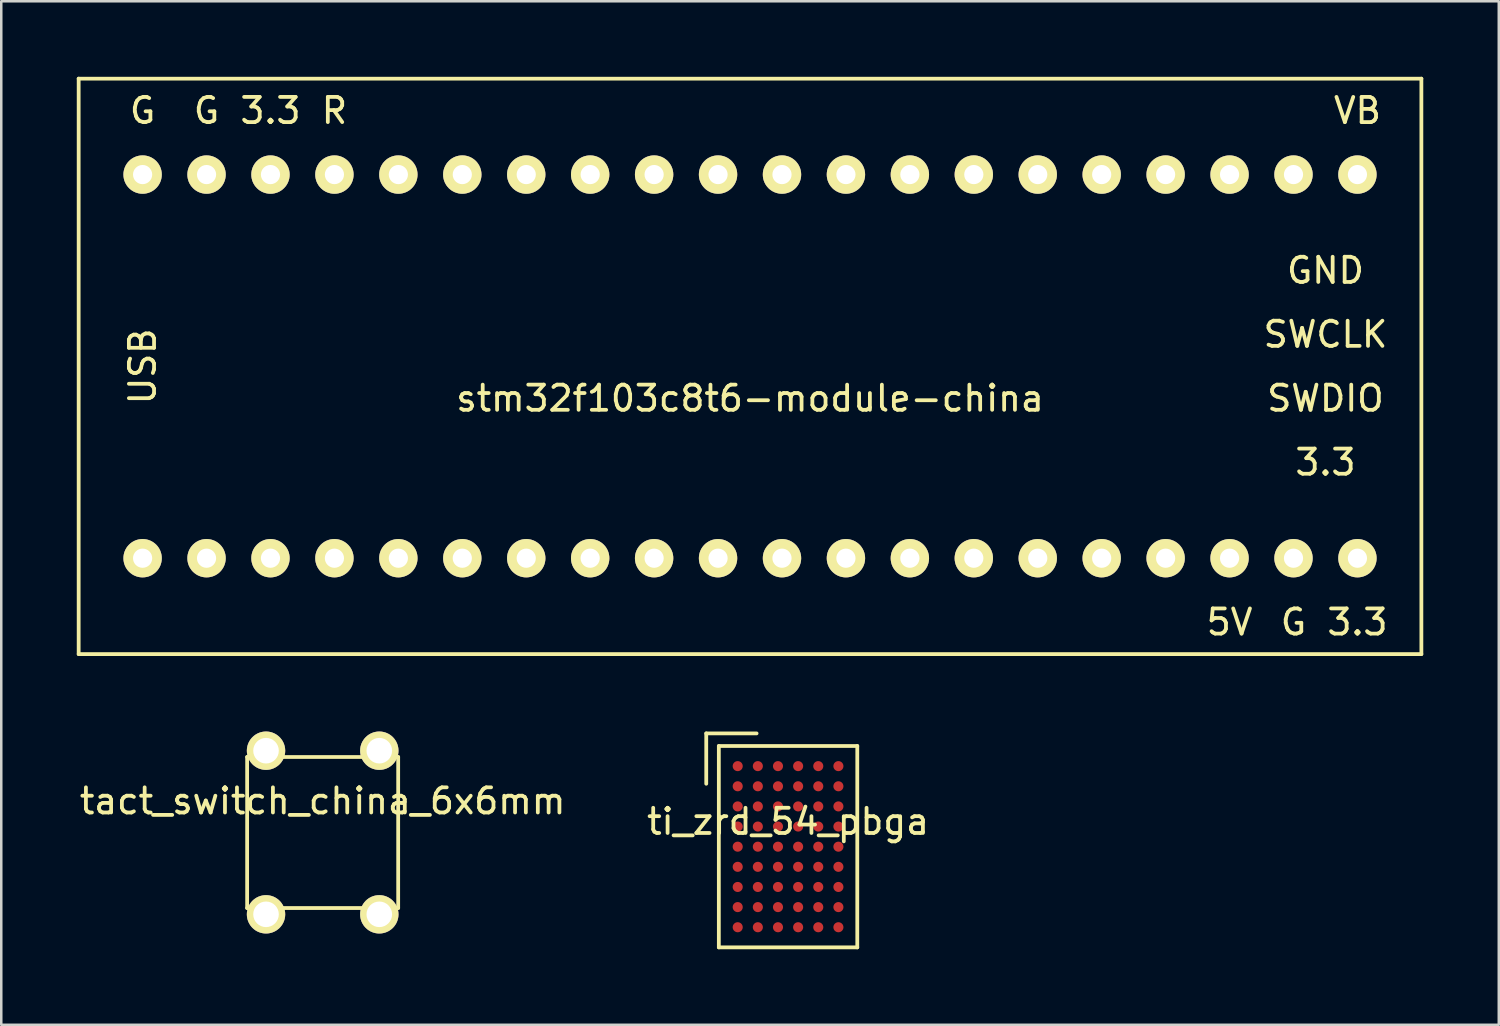
<source format=kicad_pcb>
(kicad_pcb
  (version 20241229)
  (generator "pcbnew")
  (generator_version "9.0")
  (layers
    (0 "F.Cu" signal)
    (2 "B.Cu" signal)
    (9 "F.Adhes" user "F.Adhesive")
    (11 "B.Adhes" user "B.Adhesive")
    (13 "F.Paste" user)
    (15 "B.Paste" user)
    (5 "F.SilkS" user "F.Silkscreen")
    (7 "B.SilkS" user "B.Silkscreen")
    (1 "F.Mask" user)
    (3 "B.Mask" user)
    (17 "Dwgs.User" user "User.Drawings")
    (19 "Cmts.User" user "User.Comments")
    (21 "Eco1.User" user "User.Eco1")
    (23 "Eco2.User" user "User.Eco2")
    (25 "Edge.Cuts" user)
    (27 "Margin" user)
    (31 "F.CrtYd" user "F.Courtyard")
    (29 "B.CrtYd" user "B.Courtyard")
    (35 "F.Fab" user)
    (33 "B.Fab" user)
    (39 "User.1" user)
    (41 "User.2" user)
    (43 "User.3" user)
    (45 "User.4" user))
  (footprint "tact_switch_china_6x6mm"
    (layer "F.Cu")
    (at 9.768 30.022)
    (property "Reference" "tact_switch_china_6x6mm" (at 0 -1.25 0) (layer "F.SilkS") (effects (font (size 1 1) (thickness 0.15))))
    (attr through_hole)
    (fp_line (start -3 -3) (end 3 -3) (stroke (width 0.15) (type solid)) (layer "F.SilkS"))
    (fp_line (start -3 3) (end -3 -3) (stroke (width 0.15) (type solid)) (layer "F.SilkS"))
    (fp_line (start 3 -3) (end 3 3) (stroke (width 0.15) (type solid)) (layer "F.SilkS"))
    (fp_line (start 3 3) (end -3 3) (stroke (width 0.15) (type solid)) (layer "F.SilkS"))
    (pad "1" thru_hole circle (at -2.25 -3.25) (size 1.524 1.524) (drill 1.016) (layers "*.Cu" "*.Mask" "F.SilkS"))
    (pad "2" thru_hole circle (at 2.25 -3.25) (size 1.524 1.524) (drill 1.016) (layers "*.Cu" "*.Mask" "F.SilkS"))
    (pad "11" thru_hole circle (at -2.25 3.25) (size 1.524 1.524) (drill 1.016) (layers "*.Cu" "*.Mask" "F.SilkS"))
    (pad "22" thru_hole circle (at 2.25 3.25) (size 1.524 1.524) (drill 1.016) (layers "*.Cu" "*.Mask" "F.SilkS")))
  (footprint "ti_zrd_54_pbga"
    (layer "F.Cu")
    (at 28.256 30.585)
    (property "Reference" "ti_zrd_54_pbga" (at 0 -1 0) (layer "F.SilkS") (effects (font (size 1 1) (thickness 0.15))))
    (attr through_hole)
    (fp_line (start -3.25 -4.5) (end -3.25 -2.5) (stroke (width 0.15) (type solid)) (layer "F.SilkS"))
    (fp_line (start -3.25 -4.5) (end -1.25 -4.5) (stroke (width 0.15) (type solid)) (layer "F.SilkS"))
    (fp_line (start -2.75 -4) (end -2.75 4) (stroke (width 0.15) (type solid)) (layer "F.SilkS"))
    (fp_line (start -2.75 4) (end 2.75 4) (stroke (width 0.15) (type solid)) (layer "F.SilkS"))
    (fp_line (start 2.75 -4) (end -2.75 -4) (stroke (width 0.15) (type solid)) (layer "F.SilkS"))
    (fp_line (start 2.75 4) (end 2.75 -4) (stroke (width 0.15) (type solid)) (layer "F.SilkS"))
    (pad "A1" smd circle (at -2 -3.2) (size 0.4 0.4) (layers "F.Cu" "F.Mask" "F.Paste"))
    (pad "A2" smd circle (at -1.2 -3.2) (size 0.4 0.4) (layers "F.Cu" "F.Mask" "F.Paste"))
    (pad "A3" smd circle (at -0.4 -3.2) (size 0.4 0.4) (layers "F.Cu" "F.Mask" "F.Paste"))
    (pad "A4" smd circle (at 0.4 -3.2) (size 0.4 0.4) (layers "F.Cu" "F.Mask" "F.Paste"))
    (pad "A5" smd circle (at 1.2 -3.2) (size 0.4 0.4) (layers "F.Cu" "F.Mask" "F.Paste"))
    (pad "A6" smd circle (at 2 -3.2) (size 0.4 0.4) (layers "F.Cu" "F.Mask" "F.Paste"))
    (pad "B1" smd circle (at -2 -2.4) (size 0.4 0.4) (layers "F.Cu" "F.Mask" "F.Paste"))
    (pad "B2" smd circle (at -1.2 -2.4) (size 0.4 0.4) (layers "F.Cu" "F.Mask" "F.Paste"))
    (pad "B3" smd circle (at -0.4 -2.4) (size 0.4 0.4) (layers "F.Cu" "F.Mask" "F.Paste"))
    (pad "B4" smd circle (at 0.4 -2.4) (size 0.4 0.4) (layers "F.Cu" "F.Mask" "F.Paste"))
    (pad "B5" smd circle (at 1.2 -2.4) (size 0.4 0.4) (layers "F.Cu" "F.Mask" "F.Paste"))
    (pad "B6" smd circle (at 2 -2.4) (size 0.4 0.4) (layers "F.Cu" "F.Mask" "F.Paste"))
    (pad "C1" smd circle (at -2 -1.6) (size 0.4 0.4) (layers "F.Cu" "F.Mask" "F.Paste"))
    (pad "C2" smd circle (at -1.2 -1.6) (size 0.4 0.4) (layers "F.Cu" "F.Mask" "F.Paste"))
    (pad "C3" smd circle (at -0.4 -1.6) (size 0.4 0.4) (layers "F.Cu" "F.Mask" "F.Paste"))
    (pad "C4" smd circle (at 0.4 -1.6) (size 0.4 0.4) (layers "F.Cu" "F.Mask" "F.Paste"))
    (pad "C5" smd circle (at 1.2 -1.6) (size 0.4 0.4) (layers "F.Cu" "F.Mask" "F.Paste"))
    (pad "C6" smd circle (at 2 -1.6) (size 0.4 0.4) (layers "F.Cu" "F.Mask" "F.Paste"))
    (pad "D1" smd circle (at -2 -0.8) (size 0.4 0.4) (layers "F.Cu" "F.Mask" "F.Paste"))
    (pad "D2" smd circle (at -1.2 -0.8) (size 0.4 0.4) (layers "F.Cu" "F.Mask" "F.Paste"))
    (pad "D3" smd circle (at -0.4 -0.8) (size 0.4 0.4) (layers "F.Cu" "F.Mask" "F.Paste"))
    (pad "D4" smd circle (at 0.4 -0.8) (size 0.4 0.4) (layers "F.Cu" "F.Mask" "F.Paste"))
    (pad "D5" smd circle (at 1.2 -0.8) (size 0.4 0.4) (layers "F.Cu" "F.Mask" "F.Paste"))
    (pad "D6" smd circle (at 2 -0.8) (size 0.4 0.4) (layers "F.Cu" "F.Mask" "F.Paste"))
    (pad "E1" smd circle (at -2 0) (size 0.4 0.4) (layers "F.Cu" "F.Mask" "F.Paste"))
    (pad "E2" smd circle (at -1.2 0) (size 0.4 0.4) (layers "F.Cu" "F.Mask" "F.Paste"))
    (pad "E3" smd circle (at -0.4 0) (size 0.4 0.4) (layers "F.Cu" "F.Mask" "F.Paste"))
    (pad "E4" smd circle (at 0.4 0) (size 0.4 0.4) (layers "F.Cu" "F.Mask" "F.Paste"))
    (pad "E5" smd circle (at 1.2 0) (size 0.4 0.4) (layers "F.Cu" "F.Mask" "F.Paste"))
    (pad "E6" smd circle (at 2 0) (size 0.4 0.4) (layers "F.Cu" "F.Mask" "F.Paste"))
    (pad "F1" smd circle (at -2 0.8) (size 0.4 0.4) (layers "F.Cu" "F.Mask" "F.Paste"))
    (pad "F2" smd circle (at -1.2 0.8) (size 0.4 0.4) (layers "F.Cu" "F.Mask" "F.Paste"))
    (pad "F3" smd circle (at -0.4 0.8) (size 0.4 0.4) (layers "F.Cu" "F.Mask" "F.Paste"))
    (pad "F4" smd circle (at 0.4 0.8) (size 0.4 0.4) (layers "F.Cu" "F.Mask" "F.Paste"))
    (pad "F5" smd circle (at 1.2 0.8) (size 0.4 0.4) (layers "F.Cu" "F.Mask" "F.Paste"))
    (pad "F6" smd circle (at 2 0.8) (size 0.4 0.4) (layers "F.Cu" "F.Mask" "F.Paste"))
    (pad "G1" smd circle (at -2 1.6) (size 0.4 0.4) (layers "F.Cu" "F.Mask" "F.Paste"))
    (pad "G2" smd circle (at -1.2 1.6) (size 0.4 0.4) (layers "F.Cu" "F.Mask" "F.Paste"))
    (pad "G3" smd circle (at -0.4 1.6) (size 0.4 0.4) (layers "F.Cu" "F.Mask" "F.Paste"))
    (pad "G4" smd circle (at 0.4 1.6) (size 0.4 0.4) (layers "F.Cu" "F.Mask" "F.Paste"))
    (pad "G5" smd circle (at 1.2 1.6) (size 0.4 0.4) (layers "F.Cu" "F.Mask" "F.Paste"))
    (pad "G6" smd circle (at 2 1.6) (size 0.4 0.4) (layers "F.Cu" "F.Mask" "F.Paste"))
    (pad "H1" smd circle (at -2 2.4) (size 0.4 0.4) (layers "F.Cu" "F.Mask" "F.Paste"))
    (pad "H2" smd circle (at -1.2 2.4) (size 0.4 0.4) (layers "F.Cu" "F.Mask" "F.Paste"))
    (pad "H3" smd circle (at -0.4 2.4) (size 0.4 0.4) (layers "F.Cu" "F.Mask" "F.Paste"))
    (pad "H4" smd circle (at 0.4 2.4) (size 0.4 0.4) (layers "F.Cu" "F.Mask" "F.Paste"))
    (pad "H5" smd circle (at 1.2 2.4) (size 0.4 0.4) (layers "F.Cu" "F.Mask" "F.Paste"))
    (pad "H6" smd circle (at 2 2.4) (size 0.4 0.4) (layers "F.Cu" "F.Mask" "F.Paste"))
    (pad "J1" smd circle (at -2 3.2) (size 0.4 0.4) (layers "F.Cu" "F.Mask" "F.Paste"))
    (pad "J2" smd circle (at -1.2 3.2) (size 0.4 0.4) (layers "F.Cu" "F.Mask" "F.Paste"))
    (pad "J3" smd circle (at -0.4 3.2) (size 0.4 0.4) (layers "F.Cu" "F.Mask" "F.Paste"))
    (pad "J4" smd circle (at 0.4 3.2) (size 0.4 0.4) (layers "F.Cu" "F.Mask" "F.Paste"))
    (pad "J5" smd circle (at 1.2 3.2) (size 0.4 0.4) (layers "F.Cu" "F.Mask" "F.Paste"))
    (pad "J6" smd circle (at 2 3.2) (size 0.4 0.4) (layers "F.Cu" "F.Mask" "F.Paste")))
  (footprint "stm32f103c8t6-module-china"
    (layer "F.Cu")
    (at 26.745 11.505)
    (property "Reference" "stm32f103c8t6-module-china" (at 0 1.27 0) (layer "F.SilkS") (effects (font (size 1 1) (thickness 0.15))))
    (attr through_hole)
    (fp_line (start -26.67 -11.43) (end -26.67 11.43) (stroke (width 0.15) (type solid)) (layer "F.SilkS"))
    (fp_line (start -26.67 11.43) (end 26.67 11.43) (stroke (width 0.15) (type solid)) (layer "F.SilkS"))
    (fp_line (start 26.67 -11.43) (end -26.67 -11.43) (stroke (width 0.15) (type solid)) (layer "F.SilkS"))
    (fp_line (start 26.67 11.43) (end 26.67 -11.43) (stroke (width 0.15) (type solid)) (layer "F.SilkS"))
    (fp_text user "G" (at 21.59 10.16 0) (layer "F.SilkS") (effects (font (size 1 1) (thickness 0.15))))
    (fp_text user "SWDIO" (at 22.86 1.27 0) (layer "F.SilkS") (effects (font (size 1 1) (thickness 0.15))))
    (fp_text user "3.3" (at 24.13 10.16 0) (layer "F.SilkS") (effects (font (size 1 1) (thickness 0.15))))
    (fp_text user "VB" (at 24.13 -10.16 0) (layer "F.SilkS") (effects (font (size 1 1) (thickness 0.15))))
    (fp_text user "GND" (at 22.86 -3.81 0) (layer "F.SilkS") (effects (font (size 1 1) (thickness 0.15))))
    (fp_text user "USB" (at -24.13 0 90) (layer "F.SilkS") (effects (font (size 1 1) (thickness 0.15))))
    (fp_text user "G" (at -21.59 -10.16 0) (layer "F.SilkS") (effects (font (size 1 1) (thickness 0.15))))
    (fp_text user "3.3" (at -19.05 -10.16 0) (layer "F.SilkS") (effects (font (size 1 1) (thickness 0.15))))
    (fp_text user "G" (at -24.13 -10.16 0) (layer "F.SilkS") (effects (font (size 1 1) (thickness 0.15))))
    (fp_text user "R" (at -16.51 -10.16 0) (layer "F.SilkS") (effects (font (size 1 1) (thickness 0.15))))
    (fp_text user "3.3" (at 22.86 3.81 0) (layer "F.SilkS") (effects (font (size 1 1) (thickness 0.15))))
    (fp_text user "5V" (at 19.05 10.16 0) (layer "F.SilkS") (effects (font (size 1 1) (thickness 0.15))))
    (fp_text user "SWCLK" (at 22.86 -1.27 0) (layer "F.SilkS") (effects (font (size 1 1) (thickness 0.15))))
    (pad "1" thru_hole circle (at -24.13 7.62) (size 1.524 1.524) (drill 0.762) (layers "*.Cu" "*.Mask" "F.SilkS"))
    (pad "2" thru_hole circle (at -21.59 7.62) (size 1.524 1.524) (drill 0.762) (layers "*.Cu" "*.Mask" "F.SilkS"))
    (pad "3" thru_hole circle (at -19.05 7.62) (size 1.524 1.524) (drill 0.762) (layers "*.Cu" "*.Mask" "F.SilkS"))
    (pad "4" thru_hole circle (at -16.51 7.62) (size 1.524 1.524) (drill 0.762) (layers "*.Cu" "*.Mask" "F.SilkS"))
    (pad "5" thru_hole circle (at -13.97 7.62) (size 1.524 1.524) (drill 0.762) (layers "*.Cu" "*.Mask" "F.SilkS"))
    (pad "6" thru_hole circle (at -11.43 7.62) (size 1.524 1.524) (drill 0.762) (layers "*.Cu" "*.Mask" "F.SilkS"))
    (pad "7" thru_hole circle (at -8.89 7.62) (size 1.524 1.524) (drill 0.762) (layers "*.Cu" "*.Mask" "F.SilkS"))
    (pad "8" thru_hole circle (at -6.35 7.62) (size 1.524 1.524) (drill 0.762) (layers "*.Cu" "*.Mask" "F.SilkS"))
    (pad "9" thru_hole circle (at -3.81 7.62) (size 1.524 1.524) (drill 0.762) (layers "*.Cu" "*.Mask" "F.SilkS"))
    (pad "10" thru_hole circle (at -1.27 7.62) (size 1.524 1.524) (drill 0.762) (layers "*.Cu" "*.Mask" "F.SilkS"))
    (pad "11" thru_hole circle (at 1.27 7.62) (size 1.524 1.524) (drill 0.762) (layers "*.Cu" "*.Mask" "F.SilkS"))
    (pad "12" thru_hole circle (at 3.81 7.62) (size 1.524 1.524) (drill 0.762) (layers "*.Cu" "*.Mask" "F.SilkS"))
    (pad "13" thru_hole circle (at 6.35 7.62) (size 1.524 1.524) (drill 0.762) (layers "*.Cu" "*.Mask" "F.SilkS"))
    (pad "14" thru_hole circle (at 8.89 7.62) (size 1.524 1.524) (drill 0.762) (layers "*.Cu" "*.Mask" "F.SilkS"))
    (pad "15" thru_hole circle (at 11.43 7.62) (size 1.524 1.524) (drill 0.762) (layers "*.Cu" "*.Mask" "F.SilkS"))
    (pad "16" thru_hole circle (at 13.97 7.62) (size 1.524 1.524) (drill 0.762) (layers "*.Cu" "*.Mask" "F.SilkS"))
    (pad "17" thru_hole circle (at 16.51 7.62) (size 1.524 1.524) (drill 0.762) (layers "*.Cu" "*.Mask" "F.SilkS"))
    (pad "18" thru_hole circle (at 19.05 7.62) (size 1.524 1.524) (drill 0.762) (layers "*.Cu" "*.Mask" "F.SilkS"))
    (pad "19" thru_hole circle (at 21.59 7.62) (size 1.524 1.524) (drill 0.762) (layers "*.Cu" "*.Mask" "F.SilkS"))
    (pad "20" thru_hole circle (at 24.13 7.62) (size 1.524 1.524) (drill 0.762) (layers "*.Cu" "*.Mask" "F.SilkS"))
    (pad "21" thru_hole circle (at 24.13 -7.62) (size 1.524 1.524) (drill 0.762) (layers "*.Cu" "*.Mask" "F.SilkS"))
    (pad "22" thru_hole circle (at 21.59 -7.62) (size 1.524 1.524) (drill 0.762) (layers "*.Cu" "*.Mask" "F.SilkS"))
    (pad "23" thru_hole circle (at 19.05 -7.62) (size 1.524 1.524) (drill 0.762) (layers "*.Cu" "*.Mask" "F.SilkS"))
    (pad "24" thru_hole circle (at 16.51 -7.62) (size 1.524 1.524) (drill 0.762) (layers "*.Cu" "*.Mask" "F.SilkS"))
    (pad "25" thru_hole circle (at 13.97 -7.62) (size 1.524 1.524) (drill 0.762) (layers "*.Cu" "*.Mask" "F.SilkS"))
    (pad "26" thru_hole circle (at 11.43 -7.62) (size 1.524 1.524) (drill 0.762) (layers "*.Cu" "*.Mask" "F.SilkS"))
    (pad "27" thru_hole circle (at 8.89 -7.62) (size 1.524 1.524) (drill 0.762) (layers "*.Cu" "*.Mask" "F.SilkS"))
    (pad "28" thru_hole circle (at 6.35 -7.62) (size 1.524 1.524) (drill 0.762) (layers "*.Cu" "*.Mask" "F.SilkS"))
    (pad "29" thru_hole circle (at 3.81 -7.62) (size 1.524 1.524) (drill 0.762) (layers "*.Cu" "*.Mask" "F.SilkS"))
    (pad "30" thru_hole circle (at 1.27 -7.62) (size 1.524 1.524) (drill 0.762) (layers "*.Cu" "*.Mask" "F.SilkS"))
    (pad "31" thru_hole circle (at -1.27 -7.62) (size 1.524 1.524) (drill 0.762) (layers "*.Cu" "*.Mask" "F.SilkS"))
    (pad "32" thru_hole circle (at -3.81 -7.62) (size 1.524 1.524) (drill 0.762) (layers "*.Cu" "*.Mask" "F.SilkS"))
    (pad "33" thru_hole circle (at -6.35 -7.62) (size 1.524 1.524) (drill 0.762) (layers "*.Cu" "*.Mask" "F.SilkS"))
    (pad "34" thru_hole circle (at -8.89 -7.62) (size 1.524 1.524) (drill 0.762) (layers "*.Cu" "*.Mask" "F.SilkS"))
    (pad "35" thru_hole circle (at -11.43 -7.62) (size 1.524 1.524) (drill 0.762) (layers "*.Cu" "*.Mask" "F.SilkS"))
    (pad "36" thru_hole circle (at -13.97 -7.62) (size 1.524 1.524) (drill 0.762) (layers "*.Cu" "*.Mask" "F.SilkS"))
    (pad "37" thru_hole circle (at -16.51 -7.62) (size 1.524 1.524) (drill 0.762) (layers "*.Cu" "*.Mask" "F.SilkS"))
    (pad "38" thru_hole circle (at -19.05 -7.62) (size 1.524 1.524) (drill 0.762) (layers "*.Cu" "*.Mask" "F.SilkS"))
    (pad "39" thru_hole circle (at -21.59 -7.62) (size 1.524 1.524) (drill 0.762) (layers "*.Cu" "*.Mask" "F.SilkS"))
    (pad "40" thru_hole circle (at -24.13 -7.62) (size 1.524 1.524) (drill 0.762) (layers "*.Cu" "*.Mask" "F.SilkS")))
  (gr_rect
    (start -3 -3)
    (end 56.49 37.66)
    (stroke (width 0.1) (type default))
    (fill no)
    (layer "Edge.Cuts")))
</source>
